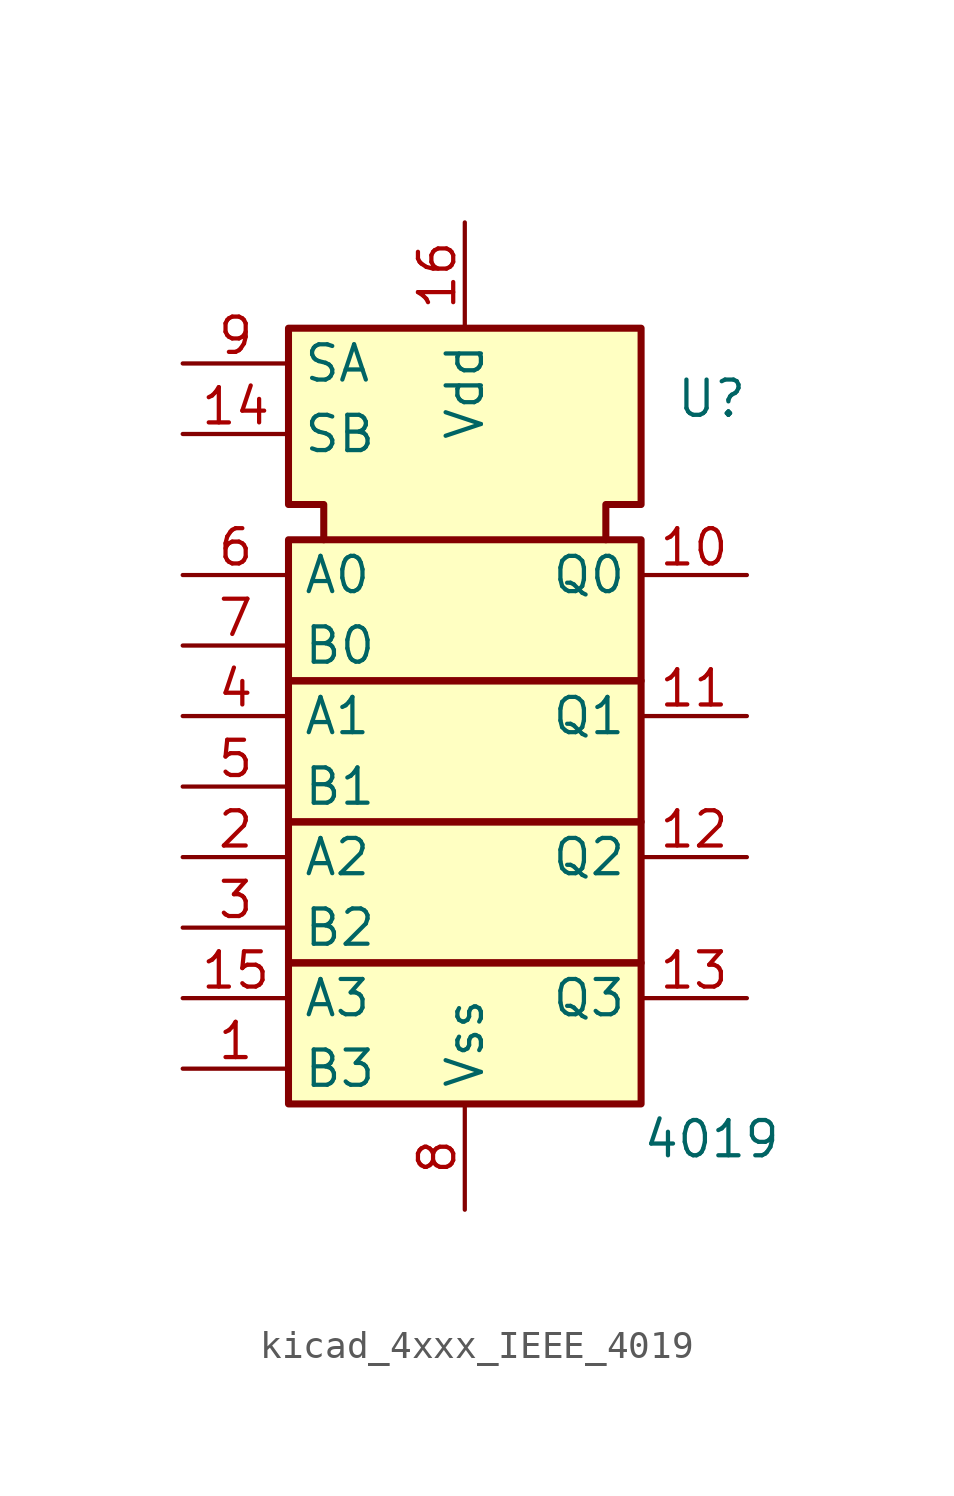
<source format=kicad_sym>
(kicad_symbol_lib
  (version 20220914)
  (generator kicad_symbol_editor)
  (symbol "kicad_4xxx_IEEE_4019"
    (property "Reference" "U"
      (at 8.89 11.43 0)
      (effects (font (size 1.27 1.27))))
    (property "Value" "4019"
      (at 8.89 -15.24 0)
      (effects (font (size 1.27 1.27))))
    (symbol "kicad_4xxx_IEEE_4019_0_1"
      (rectangle (start -6.35 -8.89) (end 6.35 -13.97) (stroke (width 0.254) (type default)) (fill (type background)))
      (rectangle (start -6.35 -3.81) (end 6.35 -8.89) (stroke (width 0.254) (type default)) (fill (type background)))
      (rectangle (start -6.35 1.27) (end 6.35 -3.81) (stroke (width 0.254) (type default)) (fill (type background)))
      (rectangle (start -6.35 1.27) (end 6.35 6.35) (stroke (width 0.254) (type default)) (fill (type background)))
      (polyline (pts (xy -5.08 6.35) (xy -5.08 7.62) (xy -6.35 7.62) (xy -6.35 13.97) (xy 6.35 13.97) (xy 6.35 7.62) (xy 5.08 7.62) (xy 5.08 6.35) (xy 5.08 6.35)) (stroke (width 0.254) (type default)) (fill (type background)))
      (pin power_in line (at 0 17.78 270) (length 3.81) (name "Vdd" (effects (font (size 1.27 1.27)))) (number "16" (effects (font (size 1.27 1.27)))))
      (pin power_in line (at 0 -17.78 90) (length 3.81) (name "Vss" (effects (font (size 1.27 1.27)))) (number "8" (effects (font (size 1.27 1.27))))))
    (symbol "kicad_4xxx_IEEE_4019_1_1"
      (pin input line (at -10.16 -12.7 0) (length 3.81) (name "B3" (effects (font (size 1.27 1.27)))) (number "1" (effects (font (size 1.27 1.27)))))
      (pin output line (at 10.16 5.08 180) (length 3.81) (name "Q0" (effects (font (size 1.27 1.27)))) (number "10" (effects (font (size 1.27 1.27)))))
      (pin output line (at 10.16 0 180) (length 3.81) (name "Q1" (effects (font (size 1.27 1.27)))) (number "11" (effects (font (size 1.27 1.27)))))
      (pin output line (at 10.16 -5.08 180) (length 3.81) (name "Q2" (effects (font (size 1.27 1.27)))) (number "12" (effects (font (size 1.27 1.27)))))
      (pin output line (at 10.16 -10.16 180) (length 3.81) (name "Q3" (effects (font (size 1.27 1.27)))) (number "13" (effects (font (size 1.27 1.27)))))
      (pin input line (at -10.16 10.16 0) (length 3.81) (name "SB" (effects (font (size 1.27 1.27)))) (number "14" (effects (font (size 1.27 1.27)))))
      (pin input line (at -10.16 -10.16 0) (length 3.81) (name "A3" (effects (font (size 1.27 1.27)))) (number "15" (effects (font (size 1.27 1.27)))))
      (pin input line (at -10.16 -5.08 0) (length 3.81) (name "A2" (effects (font (size 1.27 1.27)))) (number "2" (effects (font (size 1.27 1.27)))))
      (pin input line (at -10.16 -7.62 0) (length 3.81) (name "B2" (effects (font (size 1.27 1.27)))) (number "3" (effects (font (size 1.27 1.27)))))
      (pin input line (at -10.16 0 0) (length 3.81) (name "A1" (effects (font (size 1.27 1.27)))) (number "4" (effects (font (size 1.27 1.27)))))
      (pin input line (at -10.16 -2.54 0) (length 3.81) (name "B1" (effects (font (size 1.27 1.27)))) (number "5" (effects (font (size 1.27 1.27)))))
      (pin input line (at -10.16 5.08 0) (length 3.81) (name "A0" (effects (font (size 1.27 1.27)))) (number "6" (effects (font (size 1.27 1.27)))))
      (pin input line (at -10.16 2.54 0) (length 3.81) (name "B0" (effects (font (size 1.27 1.27)))) (number "7" (effects (font (size 1.27 1.27)))))
      (pin input line (at -10.16 12.7 0) (length 3.81) (name "SA" (effects (font (size 1.27 1.27)))) (number "9" (effects (font (size 1.27 1.27))))))))
</source>
